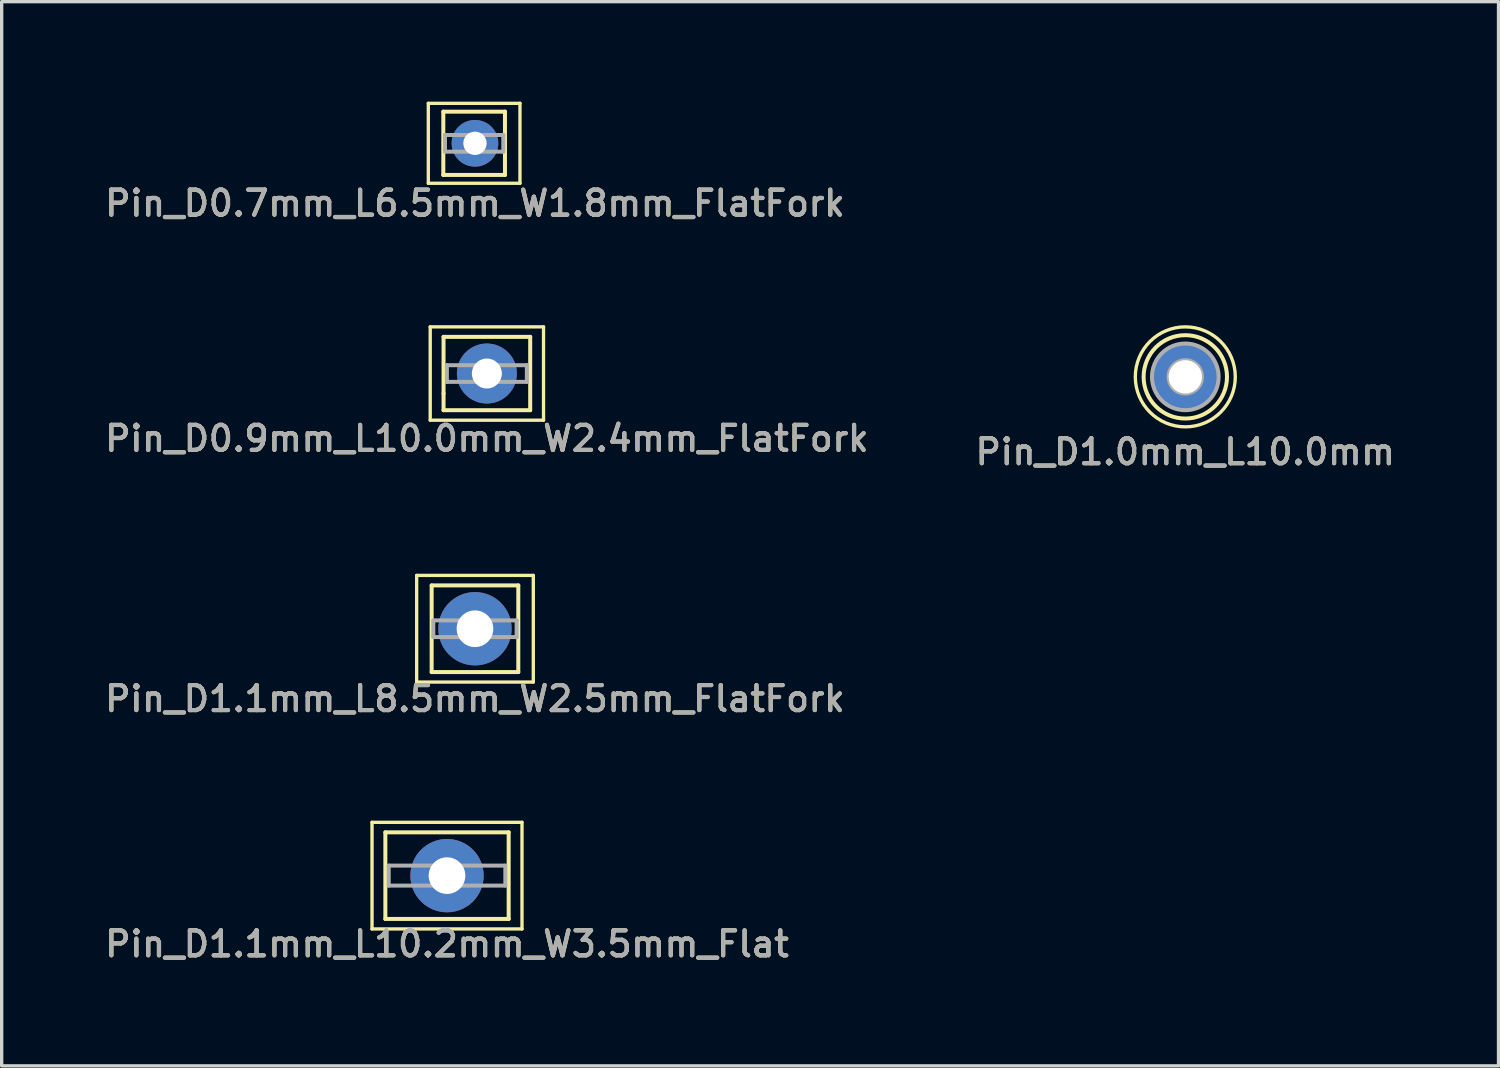
<source format=kicad_pcb>
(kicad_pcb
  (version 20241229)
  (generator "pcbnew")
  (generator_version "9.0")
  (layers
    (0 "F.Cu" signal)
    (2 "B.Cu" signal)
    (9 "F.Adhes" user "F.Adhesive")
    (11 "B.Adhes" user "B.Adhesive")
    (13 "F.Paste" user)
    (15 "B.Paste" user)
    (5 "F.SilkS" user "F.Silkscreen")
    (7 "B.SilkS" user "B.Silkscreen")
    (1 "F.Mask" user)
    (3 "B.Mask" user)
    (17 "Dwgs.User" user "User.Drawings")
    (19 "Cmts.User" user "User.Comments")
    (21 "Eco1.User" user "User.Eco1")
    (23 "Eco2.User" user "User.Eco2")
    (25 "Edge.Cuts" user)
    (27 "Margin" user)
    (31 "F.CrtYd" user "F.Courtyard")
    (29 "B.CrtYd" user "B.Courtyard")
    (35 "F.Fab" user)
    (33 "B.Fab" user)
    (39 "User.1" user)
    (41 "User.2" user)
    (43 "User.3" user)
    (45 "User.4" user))
  (footprint "Pin_D0.9mm_L10.0mm_W2.4mm_FlatFork"
    (layer "F.Cu")
    (at 11.559 8.158)
    (property "Reference" "Pin_D0.9mm_L10.0mm_W2.4mm_FlatFork" (at 0 1.95 0) (layer "F.SilkS") (effects (font (size 0.75 0.75) (thickness 0.125))))
    (attr through_hole)
    (fp_line (start -1.7 -1.4) (end -1.7 1.4) (stroke (width 0.1) (type solid)) (layer "F.SilkS"))
    (fp_line (start -1.7 -1.4) (end 1.7 -1.4) (stroke (width 0.1) (type solid)) (layer "F.SilkS"))
    (fp_line (start -1.3 -1.1) (end -1.3 0.6) (stroke (width 0.12) (type solid)) (layer "F.SilkS"))
    (fp_line (start -1.3 0.6) (end -1.3 1.1) (stroke (width 0.12) (type solid)) (layer "F.SilkS"))
    (fp_line (start -1.3 1.1) (end 1.3 1.1) (stroke (width 0.12) (type solid)) (layer "F.SilkS"))
    (fp_line (start 1.3 -1.1) (end -1.3 -1.1) (stroke (width 0.12) (type solid)) (layer "F.SilkS"))
    (fp_line (start 1.3 1.1) (end 1.3 -1.1) (stroke (width 0.12) (type solid)) (layer "F.SilkS"))
    (fp_line (start 1.7 1.4) (end -1.7 1.4) (stroke (width 0.1) (type solid)) (layer "F.SilkS"))
    (fp_line (start 1.7 1.4) (end 1.7 -1.4) (stroke (width 0.1) (type solid)) (layer "F.SilkS"))
    (fp_line (start -1.2 -0.25) (end -1.2 0.25) (stroke (width 0.12) (type solid)) (layer "F.Fab"))
    (fp_line (start -1.2 0.25) (end 1.2 0.25) (stroke (width 0.12) (type solid)) (layer "F.Fab"))
    (fp_line (start 1.2 -0.25) (end -1.2 -0.25) (stroke (width 0.12) (type solid)) (layer "F.Fab"))
    (fp_line (start 1.2 0.25) (end 1.2 -0.25) (stroke (width 0.12) (type solid)) (layer "F.Fab"))
    (fp_text user "${REFERENCE}" (at 0 1.95 0) (layer "F.Fab") (effects (font (size 0.75 0.75) (thickness 0.125))))
    (pad "1" thru_hole circle (at 0 0) (size 1.8 1.8) (drill 0.9) (layers "*.Cu" "*.Mask")))
  (footprint "Pin_D1.0mm_L10.0mm"
    (layer "F.Cu")
    (at 32.516 8.258)
    (property "Reference" "Pin_D1.0mm_L10.0mm" (at 0 2.25 0) (layer "F.SilkS") (effects (font (size 0.75 0.75) (thickness 0.125))))
    (attr through_hole)
    (fp_circle (center 0 0) (end 1.25 0.05) (stroke (width 0.12) (type solid)) (fill no) (layer "F.SilkS"))
    (fp_circle (center 0 0) (end 1.5 0) (stroke (width 0.1) (type solid)) (fill no) (layer "F.SilkS"))
    (fp_circle (center 0 0) (end 0.5 0) (stroke (width 0.12) (type solid)) (fill no) (layer "F.Fab"))
    (fp_circle (center 0 0) (end 1 0) (stroke (width 0.12) (type solid)) (fill no) (layer "F.Fab"))
    (fp_text user "${REFERENCE}" (at 0 2.25 0) (layer "F.Fab") (effects (font (size 0.75 0.75) (thickness 0.125))))
    (pad "1" thru_hole circle (at 0 0) (size 2 2) (drill 1) (layers "*.Cu" "*.Mask")))
  (footprint "Pin_D1.1mm_L10.2mm_W3.5mm_Flat"
    (layer "F.Cu")
    (at 10.363 23.224)
    (property "Reference" "Pin_D1.1mm_L10.2mm_W3.5mm_Flat" (at 0 2.05 0) (layer "F.SilkS") (effects (font (size 0.75 0.75) (thickness 0.125))))
    (attr through_hole)
    (fp_line (start -2.25 -1.6) (end -2.25 1.6) (stroke (width 0.1) (type solid)) (layer "F.SilkS"))
    (fp_line (start -2.25 -1.6) (end 2.25 -1.6) (stroke (width 0.1) (type solid)) (layer "F.SilkS"))
    (fp_line (start -1.85 -1.3) (end -1.85 1.3) (stroke (width 0.12) (type solid)) (layer "F.SilkS"))
    (fp_line (start -1.85 -1.3) (end 1.85 -1.3) (stroke (width 0.12) (type solid)) (layer "F.SilkS"))
    (fp_line (start 1.85 -1.3) (end 1.85 1.3) (stroke (width 0.12) (type solid)) (layer "F.SilkS"))
    (fp_line (start 1.85 1.3) (end -1.85 1.3) (stroke (width 0.12) (type solid)) (layer "F.SilkS"))
    (fp_line (start 2.25 1.6) (end -2.25 1.6) (stroke (width 0.1) (type solid)) (layer "F.SilkS"))
    (fp_line (start 2.25 1.6) (end 2.25 -1.6) (stroke (width 0.1) (type solid)) (layer "F.SilkS"))
    (fp_line (start -1.75 -0.3) (end 1.75 -0.3) (stroke (width 0.12) (type solid)) (layer "F.Fab"))
    (fp_line (start -1.75 0.3) (end -1.75 -0.3) (stroke (width 0.12) (type solid)) (layer "F.Fab"))
    (fp_line (start 1.75 -0.3) (end 1.75 0.3) (stroke (width 0.12) (type solid)) (layer "F.Fab"))
    (fp_line (start 1.75 0.3) (end -1.75 0.3) (stroke (width 0.12) (type solid)) (layer "F.Fab"))
    (fp_text user "${REFERENCE}" (at 0 2.05 0) (layer "F.Fab") (effects (font (size 0.75 0.75) (thickness 0.125))))
    (pad "1" thru_hole circle (at 0 0) (size 2.2 2.2) (drill 1.1) (layers "*.Cu" "*.Mask")))
  (footprint "Pin_D1.1mm_L8.5mm_W2.5mm_FlatFork"
    (layer "F.Cu")
    (at 11.202 15.816)
    (property "Reference" "Pin_D1.1mm_L8.5mm_W2.5mm_FlatFork" (at 0 2.1 0) (layer "F.SilkS") (effects (font (size 0.75 0.75) (thickness 0.125))))
    (attr through_hole)
    (fp_line (start -1.75 -1.6) (end -1.75 1.6) (stroke (width 0.1) (type solid)) (layer "F.SilkS"))
    (fp_line (start -1.75 -1.6) (end 1.75 -1.6) (stroke (width 0.1) (type solid)) (layer "F.SilkS"))
    (fp_line (start -1.3 -1.3) (end 1.3 -1.3) (stroke (width 0.12) (type solid)) (layer "F.SilkS"))
    (fp_line (start -1.3 1.3) (end -1.3 -1.3) (stroke (width 0.12) (type solid)) (layer "F.SilkS"))
    (fp_line (start -1.3 1.3) (end 1.3 1.3) (stroke (width 0.12) (type solid)) (layer "F.SilkS"))
    (fp_line (start 1.3 -1.3) (end 1.3 1.3) (stroke (width 0.12) (type solid)) (layer "F.SilkS"))
    (fp_line (start 1.75 1.6) (end -1.75 1.6) (stroke (width 0.1) (type solid)) (layer "F.SilkS"))
    (fp_line (start 1.75 1.6) (end 1.75 -1.6) (stroke (width 0.1) (type solid)) (layer "F.SilkS"))
    (fp_line (start -1.25 -0.25) (end -1.25 0.25) (stroke (width 0.12) (type solid)) (layer "F.Fab"))
    (fp_line (start -1.25 0.25) (end 1.25 0.25) (stroke (width 0.12) (type solid)) (layer "F.Fab"))
    (fp_line (start 1.25 -0.25) (end -1.25 -0.25) (stroke (width 0.12) (type solid)) (layer "F.Fab"))
    (fp_line (start 1.25 0.25) (end 1.25 -0.25) (stroke (width 0.12) (type solid)) (layer "F.Fab"))
    (fp_text user "${REFERENCE}" (at 0 2.1 0) (layer "F.Fab") (effects (font (size 0.75 0.75) (thickness 0.125))))
    (pad "1" thru_hole circle (at 0 0) (size 2.2 2.2) (drill 1.1) (layers "*.Cu" "*.Mask")))
  (footprint "Pin_D0.7mm_L6.5mm_W1.8mm_FlatFork"
    (layer "F.Cu")
    (at 11.202 1.25)
    (property "Reference" "Pin_D0.7mm_L6.5mm_W1.8mm_FlatFork" (at 0 1.8 0) (layer "F.SilkS") (effects (font (size 0.75 0.75) (thickness 0.125))))
    (attr through_hole)
    (fp_line (start -1.4 -1.2) (end -1.4 1.2) (stroke (width 0.1) (type solid)) (layer "F.SilkS"))
    (fp_line (start -1.4 -1.2) (end 1.35 -1.2) (stroke (width 0.1) (type solid)) (layer "F.SilkS"))
    (fp_line (start -0.95 -0.95) (end -0.95 0.95) (stroke (width 0.12) (type solid)) (layer "F.SilkS"))
    (fp_line (start -0.95 0.95) (end 0.9 0.95) (stroke (width 0.12) (type solid)) (layer "F.SilkS"))
    (fp_line (start 0.9 -0.95) (end -0.95 -0.95) (stroke (width 0.12) (type solid)) (layer "F.SilkS"))
    (fp_line (start 0.9 -0.9) (end 0.9 -0.95) (stroke (width 0.12) (type solid)) (layer "F.SilkS"))
    (fp_line (start 0.9 0.95) (end 0.9 -0.9) (stroke (width 0.12) (type solid)) (layer "F.SilkS"))
    (fp_line (start 1.35 1.2) (end -1.4 1.2) (stroke (width 0.1) (type solid)) (layer "F.SilkS"))
    (fp_line (start 1.35 1.2) (end 1.35 -1.2) (stroke (width 0.1) (type solid)) (layer "F.SilkS"))
    (fp_line (start -0.9 -0.25) (end 0.85 -0.25) (stroke (width 0.12) (type solid)) (layer "F.Fab"))
    (fp_line (start -0.9 0.25) (end -0.9 -0.25) (stroke (width 0.12) (type solid)) (layer "F.Fab"))
    (fp_line (start 0.85 -0.25) (end 0.85 0.25) (stroke (width 0.12) (type solid)) (layer "F.Fab"))
    (fp_line (start 0.85 0.25) (end -0.9 0.25) (stroke (width 0.12) (type solid)) (layer "F.Fab"))
    (fp_text user "${REFERENCE}" (at 0 1.8 0) (layer "F.Fab") (effects (font (size 0.75 0.75) (thickness 0.125))))
    (pad "1" thru_hole circle (at 0 0) (size 1.4 1.4) (drill 0.7) (layers "*.Cu" "*.Mask")))
  (gr_rect
    (start -3 -3)
    (end 41.914 28.933)
    (stroke (width 0.1) (type default))
    (fill no)
    (layer "Edge.Cuts")))
</source>
